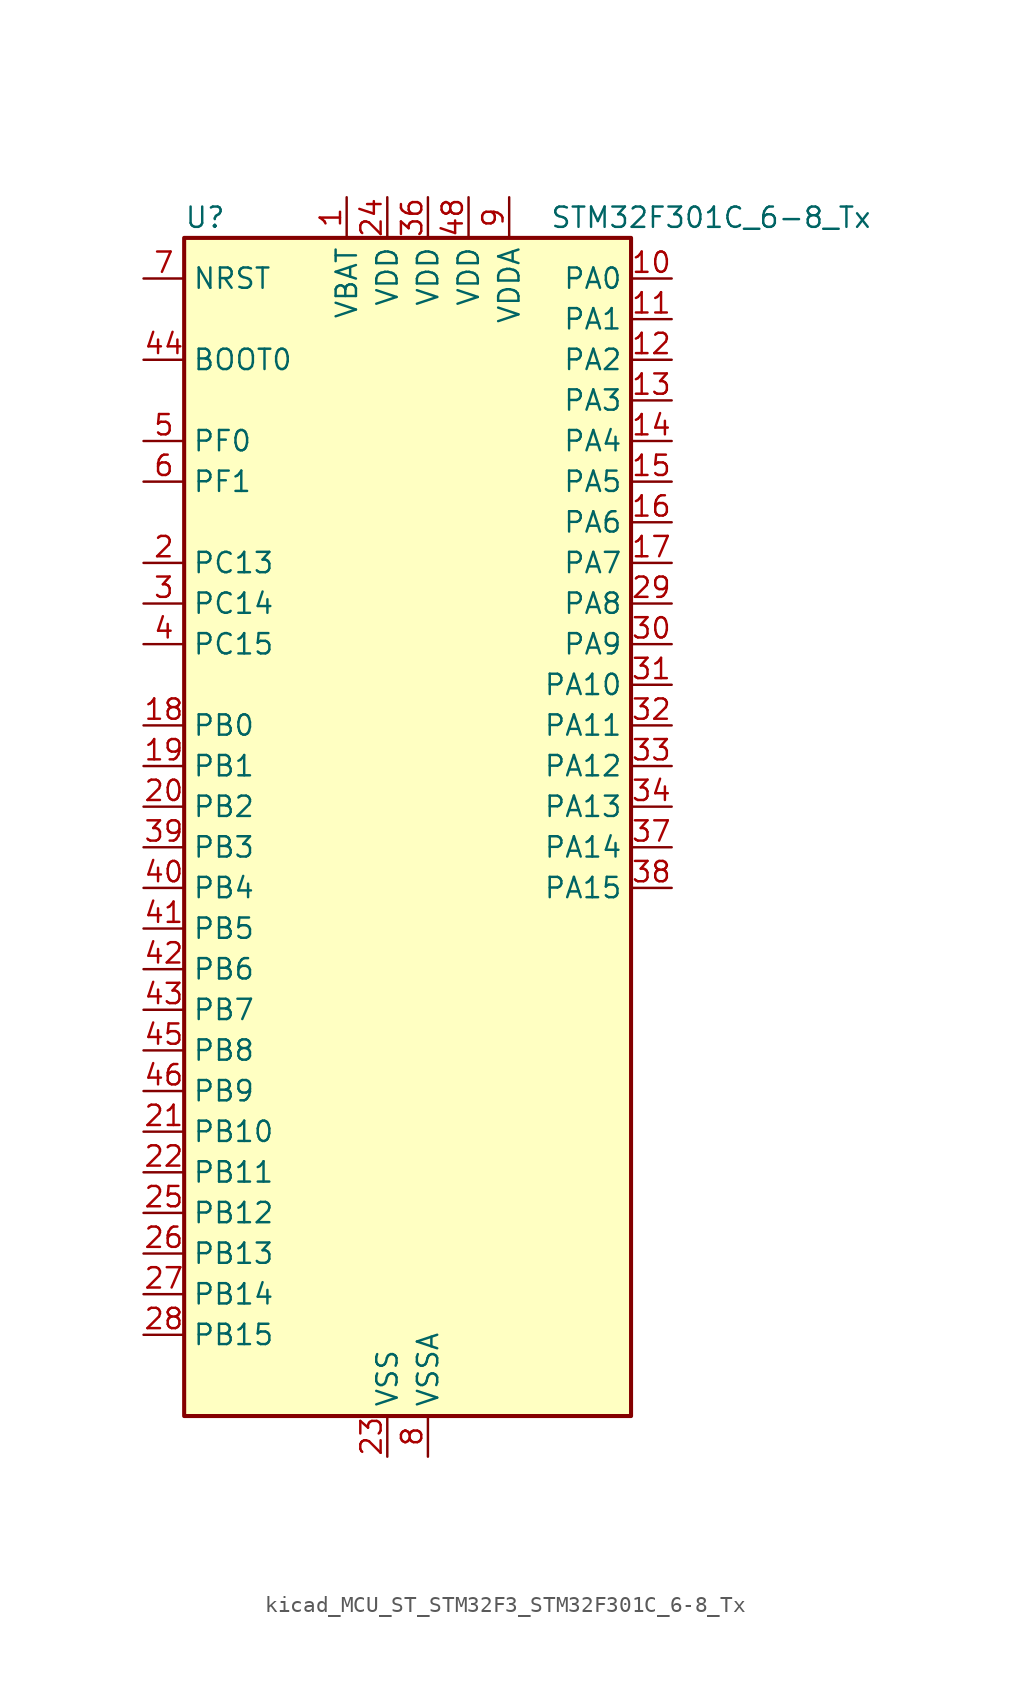
<source format=kicad_sym>
(kicad_symbol_lib
  (version 20220914)
  (generator kicad_symbol_editor)
  (symbol "kicad_MCU_ST_STM32F3_STM32F301C_6-8_Tx"
    (property "Reference" "U"
      (at -12.7 39.37 0)
      (effects (font (size 1.27 1.27)) (justify left)))
    (property "Value" "STM32F301C_6-8_Tx"
      (at 10.16 39.37 0)
      (effects (font (size 1.27 1.27)) (justify left)))
    (property "ki_locked" ""
      (at 0 0 0)
      (effects (font (size 1.27 1.27))))
    (symbol "kicad_MCU_ST_STM32F3_STM32F301C_6-8_Tx_0_1"
      (rectangle (start -12.7 -35.56) (end 15.24 38.1) (stroke (width 0.254) (type default)) (fill (type background))))
    (symbol "kicad_MCU_ST_STM32F3_STM32F301C_6-8_Tx_1_1"
      (pin power_in line (at -2.54 40.64 270) (length 2.54) (name "VBAT" (effects (font (size 1.27 1.27)))) (number "1" (effects (font (size 1.27 1.27)))))
      (pin bidirectional line (at 17.78 35.56 180) (length 2.54) (name "PA0" (effects (font (size 1.27 1.27)))) (number "10" (effects (font (size 1.27 1.27)))) (alternate "ADC1_IN1" bidirectional line) (alternate "RTC_TAMP2" bidirectional line) (alternate "SYS_WKUP1" bidirectional line) (alternate "TIM2_CH1" bidirectional line) (alternate "TIM2_ETR" bidirectional line) (alternate "TSC_G1_IO1" bidirectional line) (alternate "USART2_CTS" bidirectional line))
      (pin bidirectional line (at 17.78 33.02 180) (length 2.54) (name "PA1" (effects (font (size 1.27 1.27)))) (number "11" (effects (font (size 1.27 1.27)))) (alternate "ADC1_IN2" bidirectional line) (alternate "RTC_REFIN" bidirectional line) (alternate "TIM15_CH1N" bidirectional line) (alternate "TIM2_CH2" bidirectional line) (alternate "TSC_G1_IO2" bidirectional line) (alternate "USART2_DE" bidirectional line) (alternate "USART2_RTS" bidirectional line))
      (pin bidirectional line (at 17.78 30.48 180) (length 2.54) (name "PA2" (effects (font (size 1.27 1.27)))) (number "12" (effects (font (size 1.27 1.27)))) (alternate "ADC1_IN3" bidirectional line) (alternate "COMP2_INM" bidirectional line) (alternate "COMP2_OUT" bidirectional line) (alternate "TIM15_CH1" bidirectional line) (alternate "TIM2_CH3" bidirectional line) (alternate "TSC_G1_IO3" bidirectional line) (alternate "USART2_TX" bidirectional line))
      (pin bidirectional line (at 17.78 27.94 180) (length 2.54) (name "PA3" (effects (font (size 1.27 1.27)))) (number "13" (effects (font (size 1.27 1.27)))) (alternate "ADC1_IN4" bidirectional line) (alternate "TIM15_CH2" bidirectional line) (alternate "TIM2_CH4" bidirectional line) (alternate "TSC_G1_IO4" bidirectional line) (alternate "USART2_RX" bidirectional line))
      (pin bidirectional line (at 17.78 25.4 180) (length 2.54) (name "PA4" (effects (font (size 1.27 1.27)))) (number "14" (effects (font (size 1.27 1.27)))) (alternate "ADC1_IN5" bidirectional line) (alternate "COMP2_INM" bidirectional line) (alternate "COMP4_INM" bidirectional line) (alternate "COMP6_INM" bidirectional line) (alternate "DAC_OUT1" bidirectional line) (alternate "I2S3_WS" bidirectional line) (alternate "SPI3_NSS" bidirectional line) (alternate "TSC_G2_IO1" bidirectional line) (alternate "USART2_CK" bidirectional line))
      (pin bidirectional line (at 17.78 22.86 180) (length 2.54) (name "PA5" (effects (font (size 1.27 1.27)))) (number "15" (effects (font (size 1.27 1.27)))) (alternate "OPAMP2_VINM" bidirectional line) (alternate "OPAMP2_VINM_SEC" bidirectional line) (alternate "TIM2_CH1" bidirectional line) (alternate "TIM2_ETR" bidirectional line) (alternate "TSC_G2_IO2" bidirectional line))
      (pin bidirectional line (at 17.78 20.32 180) (length 2.54) (name "PA6" (effects (font (size 1.27 1.27)))) (number "16" (effects (font (size 1.27 1.27)))) (alternate "ADC1_IN10" bidirectional line) (alternate "OPAMP2_VOUT" bidirectional line) (alternate "TIM16_CH1" bidirectional line) (alternate "TIM1_BKIN" bidirectional line) (alternate "TSC_G2_IO3" bidirectional line))
      (pin bidirectional line (at 17.78 17.78 180) (length 2.54) (name "PA7" (effects (font (size 1.27 1.27)))) (number "17" (effects (font (size 1.27 1.27)))) (alternate "ADC1_IN15" bidirectional line) (alternate "COMP2_INP" bidirectional line) (alternate "OPAMP2_VINP" bidirectional line) (alternate "OPAMP2_VINP_SEC" bidirectional line) (alternate "TIM17_CH1" bidirectional line) (alternate "TIM1_CH1N" bidirectional line) (alternate "TSC_G2_IO4" bidirectional line))
      (pin bidirectional line (at -15.24 7.62 0) (length 2.54) (name "PB0" (effects (font (size 1.27 1.27)))) (number "18" (effects (font (size 1.27 1.27)))) (alternate "ADC1_IN11" bidirectional line) (alternate "COMP4_INP" bidirectional line) (alternate "OPAMP2_VINP" bidirectional line) (alternate "OPAMP2_VINP_SEC" bidirectional line) (alternate "TIM1_CH2N" bidirectional line) (alternate "TSC_G3_IO2" bidirectional line))
      (pin bidirectional line (at -15.24 5.08 0) (length 2.54) (name "PB1" (effects (font (size 1.27 1.27)))) (number "19" (effects (font (size 1.27 1.27)))) (alternate "ADC1_IN12" bidirectional line) (alternate "COMP4_OUT" bidirectional line) (alternate "TIM1_CH3N" bidirectional line) (alternate "TSC_G3_IO3" bidirectional line))
      (pin bidirectional line (at -15.24 17.78 0) (length 2.54) (name "PC13" (effects (font (size 1.27 1.27)))) (number "2" (effects (font (size 1.27 1.27)))) (alternate "RTC_OUT_ALARM" bidirectional line) (alternate "RTC_OUT_CALIB" bidirectional line) (alternate "RTC_TAMP1" bidirectional line) (alternate "RTC_TS" bidirectional line) (alternate "SYS_WKUP2" bidirectional line) (alternate "TIM1_CH1N" bidirectional line))
      (pin bidirectional line (at -15.24 2.54 0) (length 2.54) (name "PB2" (effects (font (size 1.27 1.27)))) (number "20" (effects (font (size 1.27 1.27)))) (alternate "COMP4_INM" bidirectional line) (alternate "TSC_G3_IO4" bidirectional line))
      (pin bidirectional line (at -15.24 -17.78 0) (length 2.54) (name "PB10" (effects (font (size 1.27 1.27)))) (number "21" (effects (font (size 1.27 1.27)))) (alternate "TIM2_CH3" bidirectional line) (alternate "TSC_SYNC" bidirectional line) (alternate "USART3_TX" bidirectional line))
      (pin bidirectional line (at -15.24 -20.32 0) (length 2.54) (name "PB11" (effects (font (size 1.27 1.27)))) (number "22" (effects (font (size 1.27 1.27)))) (alternate "ADC1_EXTI11" bidirectional line) (alternate "ADC1_IN14" bidirectional line) (alternate "COMP6_INP" bidirectional line) (alternate "TIM2_CH4" bidirectional line) (alternate "TSC_G6_IO1" bidirectional line) (alternate "USART3_RX" bidirectional line))
      (pin power_in line (at 0 -38.1 90) (length 2.54) (name "VSS" (effects (font (size 1.27 1.27)))) (number "23" (effects (font (size 1.27 1.27)))))
      (pin power_in line (at 0 40.64 270) (length 2.54) (name "VDD" (effects (font (size 1.27 1.27)))) (number "24" (effects (font (size 1.27 1.27)))))
      (pin bidirectional line (at -15.24 -22.86 0) (length 2.54) (name "PB12" (effects (font (size 1.27 1.27)))) (number "25" (effects (font (size 1.27 1.27)))) (alternate "I2C2_SMBA" bidirectional line) (alternate "I2S2_WS" bidirectional line) (alternate "SPI2_NSS" bidirectional line) (alternate "TIM1_BKIN" bidirectional line) (alternate "TSC_G6_IO2" bidirectional line) (alternate "USART3_CK" bidirectional line))
      (pin bidirectional line (at -15.24 -25.4 0) (length 2.54) (name "PB13" (effects (font (size 1.27 1.27)))) (number "26" (effects (font (size 1.27 1.27)))) (alternate "ADC1_IN13" bidirectional line) (alternate "I2S2_CK" bidirectional line) (alternate "SPI2_SCK" bidirectional line) (alternate "TIM1_CH1N" bidirectional line) (alternate "TSC_G6_IO3" bidirectional line) (alternate "USART3_CTS" bidirectional line))
      (pin bidirectional line (at -15.24 -27.94 0) (length 2.54) (name "PB14" (effects (font (size 1.27 1.27)))) (number "27" (effects (font (size 1.27 1.27)))) (alternate "I2S2_ext_SD" bidirectional line) (alternate "OPAMP2_VINP" bidirectional line) (alternate "OPAMP2_VINP_SEC" bidirectional line) (alternate "SPI2_MISO" bidirectional line) (alternate "TIM15_CH1" bidirectional line) (alternate "TIM1_CH2N" bidirectional line) (alternate "TSC_G6_IO4" bidirectional line) (alternate "USART3_DE" bidirectional line) (alternate "USART3_RTS" bidirectional line))
      (pin bidirectional line (at -15.24 -30.48 0) (length 2.54) (name "PB15" (effects (font (size 1.27 1.27)))) (number "28" (effects (font (size 1.27 1.27)))) (alternate "ADC1_EXTI15" bidirectional line) (alternate "COMP6_INM" bidirectional line) (alternate "I2S2_SD" bidirectional line) (alternate "RTC_REFIN" bidirectional line) (alternate "SPI2_MOSI" bidirectional line) (alternate "TIM15_CH1N" bidirectional line) (alternate "TIM15_CH2" bidirectional line) (alternate "TIM1_CH3N" bidirectional line))
      (pin bidirectional line (at 17.78 15.24 180) (length 2.54) (name "PA8" (effects (font (size 1.27 1.27)))) (number "29" (effects (font (size 1.27 1.27)))) (alternate "I2C2_SMBA" bidirectional line) (alternate "I2C3_SCL" bidirectional line) (alternate "I2S2_MCK" bidirectional line) (alternate "RCC_MCO" bidirectional line) (alternate "TIM1_CH1" bidirectional line) (alternate "USART1_CK" bidirectional line))
      (pin bidirectional line (at -15.24 15.24 0) (length 2.54) (name "PC14" (effects (font (size 1.27 1.27)))) (number "3" (effects (font (size 1.27 1.27)))) (alternate "RCC_OSC32_IN" bidirectional line))
      (pin bidirectional line (at 17.78 12.7 180) (length 2.54) (name "PA9" (effects (font (size 1.27 1.27)))) (number "30" (effects (font (size 1.27 1.27)))) (alternate "DAC_EXTI9" bidirectional line) (alternate "I2C2_SCL" bidirectional line) (alternate "I2C3_SMBA" bidirectional line) (alternate "I2S3_MCK" bidirectional line) (alternate "TIM15_BKIN" bidirectional line) (alternate "TIM1_CH2" bidirectional line) (alternate "TIM2_CH3" bidirectional line) (alternate "TSC_G4_IO1" bidirectional line) (alternate "USART1_TX" bidirectional line))
      (pin bidirectional line (at 17.78 10.16 180) (length 2.54) (name "PA10" (effects (font (size 1.27 1.27)))) (number "31" (effects (font (size 1.27 1.27)))) (alternate "COMP6_OUT" bidirectional line) (alternate "I2C2_SDA" bidirectional line) (alternate "I2S2_ext_SD" bidirectional line) (alternate "SPI2_MISO" bidirectional line) (alternate "TIM17_BKIN" bidirectional line) (alternate "TIM1_CH3" bidirectional line) (alternate "TIM2_CH4" bidirectional line) (alternate "TSC_G4_IO2" bidirectional line) (alternate "USART1_RX" bidirectional line))
      (pin bidirectional line (at 17.78 7.62 180) (length 2.54) (name "PA11" (effects (font (size 1.27 1.27)))) (number "32" (effects (font (size 1.27 1.27)))) (alternate "ADC1_EXTI11" bidirectional line) (alternate "I2S2_SD" bidirectional line) (alternate "SPI2_MOSI" bidirectional line) (alternate "TIM1_BKIN2" bidirectional line) (alternate "TIM1_CH1N" bidirectional line) (alternate "TIM1_CH4" bidirectional line) (alternate "USART1_CTS" bidirectional line))
      (pin bidirectional line (at 17.78 5.08 180) (length 2.54) (name "PA12" (effects (font (size 1.27 1.27)))) (number "33" (effects (font (size 1.27 1.27)))) (alternate "COMP2_OUT" bidirectional line) (alternate "I2S_CKIN" bidirectional line) (alternate "TIM16_CH1" bidirectional line) (alternate "TIM1_CH2N" bidirectional line) (alternate "TIM1_ETR" bidirectional line) (alternate "USART1_DE" bidirectional line) (alternate "USART1_RTS" bidirectional line))
      (pin bidirectional line (at 17.78 2.54 180) (length 2.54) (name "PA13" (effects (font (size 1.27 1.27)))) (number "34" (effects (font (size 1.27 1.27)))) (alternate "IR_OUT" bidirectional line) (alternate "SYS_JTMS-SWDIO" bidirectional line) (alternate "TIM16_CH1N" bidirectional line) (alternate "TSC_G4_IO3" bidirectional line) (alternate "USART3_CTS" bidirectional line))
      (pin passive line (at 0 -38.1 90) (length 2.54) hide (name "VSS" (effects (font (size 1.27 1.27)))) (number "35" (effects (font (size 1.27 1.27)))))
      (pin power_in line (at 2.54 40.64 270) (length 2.54) (name "VDD" (effects (font (size 1.27 1.27)))) (number "36" (effects (font (size 1.27 1.27)))))
      (pin bidirectional line (at 17.78 0 180) (length 2.54) (name "PA14" (effects (font (size 1.27 1.27)))) (number "37" (effects (font (size 1.27 1.27)))) (alternate "I2C1_SDA" bidirectional line) (alternate "SYS_JTCK-SWCLK" bidirectional line) (alternate "TIM1_BKIN" bidirectional line) (alternate "TSC_G4_IO4" bidirectional line) (alternate "USART2_TX" bidirectional line))
      (pin bidirectional line (at 17.78 -2.54 180) (length 2.54) (name "PA15" (effects (font (size 1.27 1.27)))) (number "38" (effects (font (size 1.27 1.27)))) (alternate "ADC1_EXTI15" bidirectional line) (alternate "I2C1_SCL" bidirectional line) (alternate "I2S3_WS" bidirectional line) (alternate "SPI3_NSS" bidirectional line) (alternate "SYS_JTDI" bidirectional line) (alternate "TIM1_BKIN" bidirectional line) (alternate "TIM2_CH1" bidirectional line) (alternate "TIM2_ETR" bidirectional line) (alternate "TSC_SYNC" bidirectional line) (alternate "USART2_RX" bidirectional line))
      (pin bidirectional line (at -15.24 0 0) (length 2.54) (name "PB3" (effects (font (size 1.27 1.27)))) (number "39" (effects (font (size 1.27 1.27)))) (alternate "I2S3_CK" bidirectional line) (alternate "SPI3_SCK" bidirectional line) (alternate "SYS_JTDO-TRACESWO" bidirectional line) (alternate "TIM2_CH2" bidirectional line) (alternate "TSC_G5_IO1" bidirectional line) (alternate "USART2_TX" bidirectional line))
      (pin bidirectional line (at -15.24 12.7 0) (length 2.54) (name "PC15" (effects (font (size 1.27 1.27)))) (number "4" (effects (font (size 1.27 1.27)))) (alternate "ADC1_EXTI15" bidirectional line) (alternate "RCC_OSC32_OUT" bidirectional line))
      (pin bidirectional line (at -15.24 -2.54 0) (length 2.54) (name "PB4" (effects (font (size 1.27 1.27)))) (number "40" (effects (font (size 1.27 1.27)))) (alternate "I2S3_ext_SD" bidirectional line) (alternate "SPI3_MISO" bidirectional line) (alternate "SYS_NJTRST" bidirectional line) (alternate "TIM16_CH1" bidirectional line) (alternate "TIM17_BKIN" bidirectional line) (alternate "TSC_G5_IO2" bidirectional line) (alternate "USART2_RX" bidirectional line))
      (pin bidirectional line (at -15.24 -5.08 0) (length 2.54) (name "PB5" (effects (font (size 1.27 1.27)))) (number "41" (effects (font (size 1.27 1.27)))) (alternate "I2C1_SMBA" bidirectional line) (alternate "I2C3_SDA" bidirectional line) (alternate "I2S3_SD" bidirectional line) (alternate "SPI3_MOSI" bidirectional line) (alternate "TIM16_BKIN" bidirectional line) (alternate "TIM17_CH1" bidirectional line) (alternate "USART2_CK" bidirectional line))
      (pin bidirectional line (at -15.24 -7.62 0) (length 2.54) (name "PB6" (effects (font (size 1.27 1.27)))) (number "42" (effects (font (size 1.27 1.27)))) (alternate "I2C1_SCL" bidirectional line) (alternate "TIM16_CH1N" bidirectional line) (alternate "TSC_G5_IO3" bidirectional line) (alternate "USART1_TX" bidirectional line))
      (pin bidirectional line (at -15.24 -10.16 0) (length 2.54) (name "PB7" (effects (font (size 1.27 1.27)))) (number "43" (effects (font (size 1.27 1.27)))) (alternate "I2C1_SDA" bidirectional line) (alternate "TIM17_CH1N" bidirectional line) (alternate "TSC_G5_IO4" bidirectional line) (alternate "USART1_RX" bidirectional line))
      (pin input line (at -15.24 30.48 0) (length 2.54) (name "BOOT0" (effects (font (size 1.27 1.27)))) (number "44" (effects (font (size 1.27 1.27)))))
      (pin bidirectional line (at -15.24 -12.7 0) (length 2.54) (name "PB8" (effects (font (size 1.27 1.27)))) (number "45" (effects (font (size 1.27 1.27)))) (alternate "I2C1_SCL" bidirectional line) (alternate "TIM16_CH1" bidirectional line) (alternate "TIM1_BKIN" bidirectional line) (alternate "TSC_SYNC" bidirectional line) (alternate "USART3_RX" bidirectional line))
      (pin bidirectional line (at -15.24 -15.24 0) (length 2.54) (name "PB9" (effects (font (size 1.27 1.27)))) (number "46" (effects (font (size 1.27 1.27)))) (alternate "COMP2_OUT" bidirectional line) (alternate "DAC_EXTI9" bidirectional line) (alternate "I2C1_SDA" bidirectional line) (alternate "IR_OUT" bidirectional line) (alternate "TIM17_CH1" bidirectional line) (alternate "USART3_TX" bidirectional line))
      (pin passive line (at 0 -38.1 90) (length 2.54) hide (name "VSS" (effects (font (size 1.27 1.27)))) (number "47" (effects (font (size 1.27 1.27)))))
      (pin power_in line (at 5.08 40.64 270) (length 2.54) (name "VDD" (effects (font (size 1.27 1.27)))) (number "48" (effects (font (size 1.27 1.27)))))
      (pin bidirectional line (at -15.24 25.4 0) (length 2.54) (name "PF0" (effects (font (size 1.27 1.27)))) (number "5" (effects (font (size 1.27 1.27)))) (alternate "I2C2_SDA" bidirectional line) (alternate "I2S2_WS" bidirectional line) (alternate "RCC_OSC_IN" bidirectional line) (alternate "SPI2_NSS" bidirectional line) (alternate "TIM1_CH3N" bidirectional line))
      (pin bidirectional line (at -15.24 22.86 0) (length 2.54) (name "PF1" (effects (font (size 1.27 1.27)))) (number "6" (effects (font (size 1.27 1.27)))) (alternate "I2C2_SCL" bidirectional line) (alternate "I2S2_CK" bidirectional line) (alternate "RCC_OSC_OUT" bidirectional line) (alternate "SPI2_SCK" bidirectional line))
      (pin input line (at -15.24 35.56 0) (length 2.54) (name "NRST" (effects (font (size 1.27 1.27)))) (number "7" (effects (font (size 1.27 1.27)))))
      (pin power_in line (at 2.54 -38.1 90) (length 2.54) (name "VSSA" (effects (font (size 1.27 1.27)))) (number "8" (effects (font (size 1.27 1.27)))))
      (pin power_in line (at 7.62 40.64 270) (length 2.54) (name "VDDA" (effects (font (size 1.27 1.27)))) (number "9" (effects (font (size 1.27 1.27))))))))
</source>
